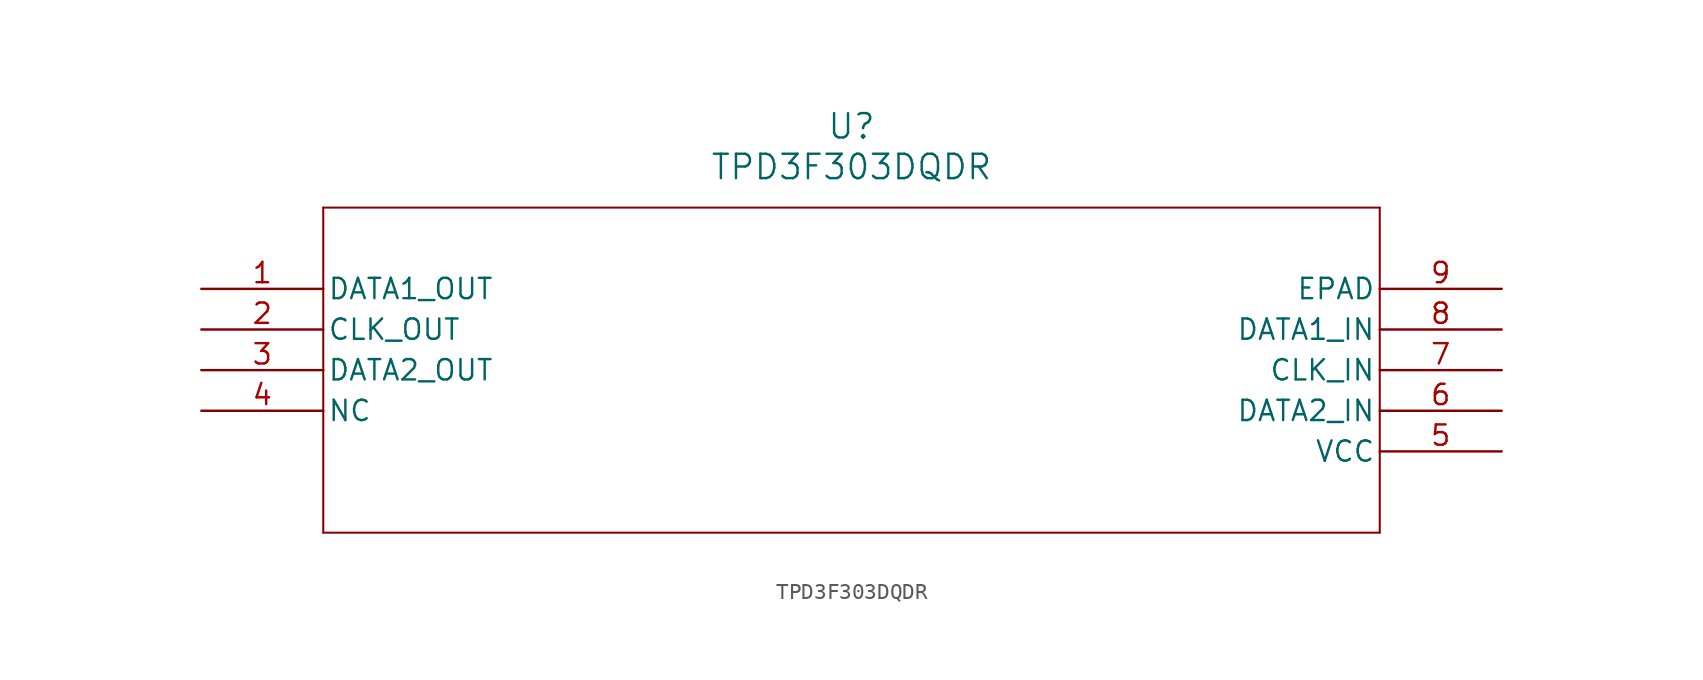
<source format=kicad_sym>
(kicad_symbol_lib
  (version 20211014)
  (generator kicad_symbol_editor)
  (symbol "TPD3F303DQDR"
    (pin_names
      (offset 0.254))
    (property "Reference" "U"
      (at 40.64 10.16 0)
      (effects (font (size 1.524 1.524))))
    (property "Value" "TPD3F303DQDR"
      (at 40.64 7.62 0)
      (effects (font (size 1.524 1.524))))
    (symbol "TPD3F303DQDR_0_1"
      (polyline (pts (xy 7.62 5.08) (xy 7.62 -15.24)) (stroke (width 0.127) (type default) (color 0 0 0 0)) (fill (type none)))
      (polyline (pts (xy 7.62 -15.24) (xy 73.66 -15.24)) (stroke (width 0.127) (type default) (color 0 0 0 0)) (fill (type none)))
      (polyline (pts (xy 73.66 -15.24) (xy 73.66 5.08)) (stroke (width 0.127) (type default) (color 0 0 0 0)) (fill (type none)))
      (polyline (pts (xy 73.66 5.08) (xy 7.62 5.08)) (stroke (width 0.127) (type default) (color 0 0 0 0)) (fill (type none)))
      (pin output line (at 0 0 0) (length 7.62) (name "DATA1_OUT" (effects (font (size 1.27 1.27)))) (number "1" (effects (font (size 1.27 1.27)))))
      (pin output line (at 0 -2.54 0) (length 7.62) (name "CLK_OUT" (effects (font (size 1.27 1.27)))) (number "2" (effects (font (size 1.27 1.27)))))
      (pin output line (at 0 -5.08 0) (length 7.62) (name "DATA2_OUT" (effects (font (size 1.27 1.27)))) (number "3" (effects (font (size 1.27 1.27)))))
      (pin unspecified line (at 0 -7.62 0) (length 7.62) (name "NC" (effects (font (size 1.27 1.27)))) (number "4" (effects (font (size 1.27 1.27)))))
      (pin power_in line (at 81.28 -10.16 180) (length 7.62) (name "VCC" (effects (font (size 1.27 1.27)))) (number "5" (effects (font (size 1.27 1.27)))))
      (pin input line (at 81.28 -7.62 180) (length 7.62) (name "DATA2_IN" (effects (font (size 1.27 1.27)))) (number "6" (effects (font (size 1.27 1.27)))))
      (pin input line (at 81.28 -5.08 180) (length 7.62) (name "CLK_IN" (effects (font (size 1.27 1.27)))) (number "7" (effects (font (size 1.27 1.27)))))
      (pin input line (at 81.28 -2.54 180) (length 7.62) (name "DATA1_IN" (effects (font (size 1.27 1.27)))) (number "8" (effects (font (size 1.27 1.27)))))
      (pin unspecified line (at 81.28 0 180) (length 7.62) (name "EPAD" (effects (font (size 1.27 1.27)))) (number "9" (effects (font (size 1.27 1.27))))))))
</source>
